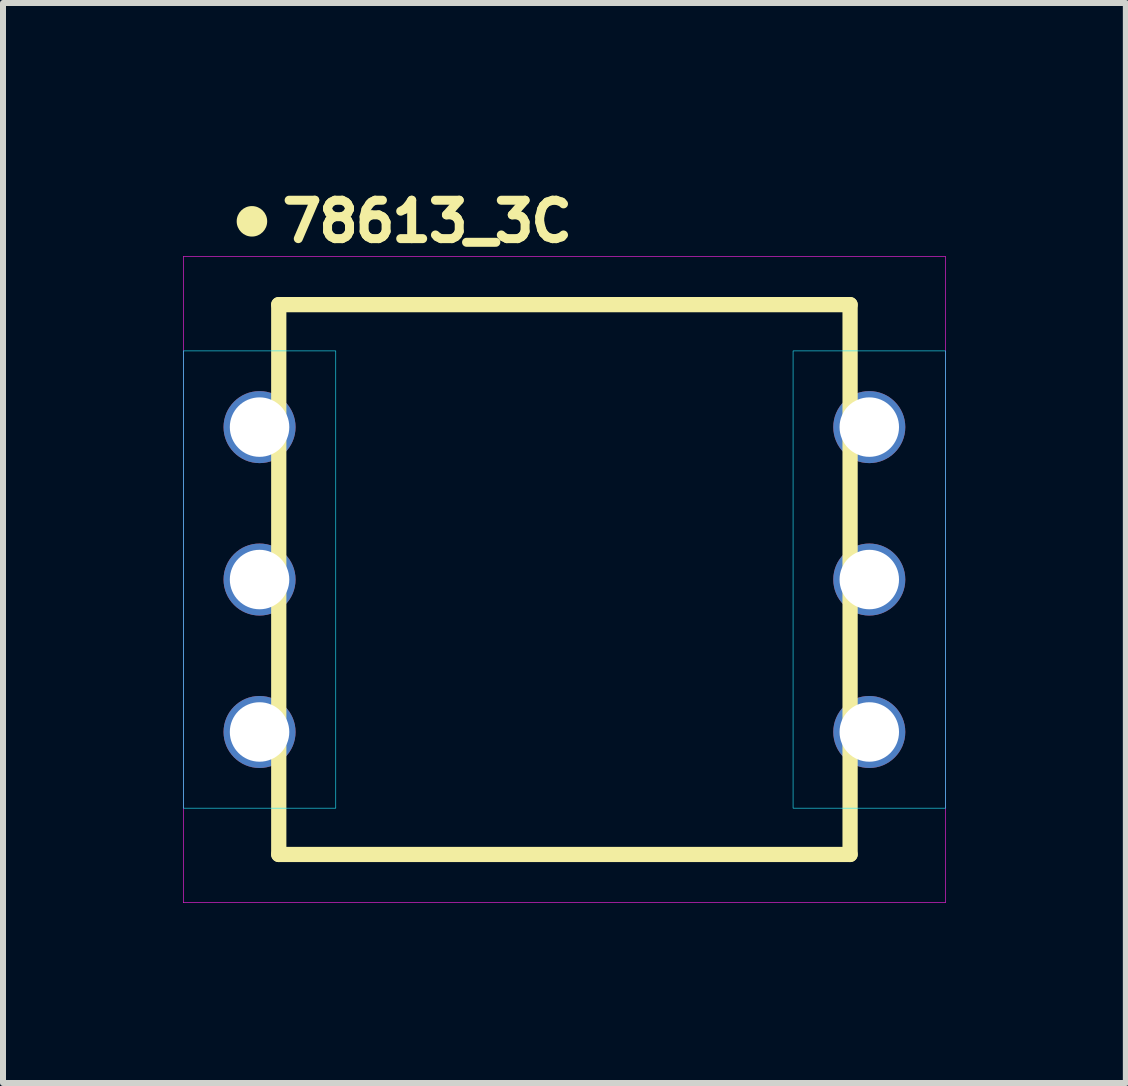
<source format=kicad_pcb>
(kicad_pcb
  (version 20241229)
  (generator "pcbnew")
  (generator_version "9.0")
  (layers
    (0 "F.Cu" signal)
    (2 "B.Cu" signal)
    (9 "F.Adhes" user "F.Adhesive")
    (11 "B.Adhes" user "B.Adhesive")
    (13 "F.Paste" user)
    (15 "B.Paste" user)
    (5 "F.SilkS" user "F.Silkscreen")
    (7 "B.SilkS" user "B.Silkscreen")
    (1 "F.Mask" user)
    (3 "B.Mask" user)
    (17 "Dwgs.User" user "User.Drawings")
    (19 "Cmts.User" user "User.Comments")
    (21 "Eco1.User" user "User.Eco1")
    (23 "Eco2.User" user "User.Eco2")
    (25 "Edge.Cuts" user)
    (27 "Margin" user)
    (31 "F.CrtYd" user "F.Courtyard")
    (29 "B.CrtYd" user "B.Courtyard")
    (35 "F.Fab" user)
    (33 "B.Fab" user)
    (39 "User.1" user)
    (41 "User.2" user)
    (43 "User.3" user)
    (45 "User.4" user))
  (footprint "78613_3C"
    (layer "F.Cu")
    (at 6.355 6.607)
    (property "Reference" "78613_3C" (at -2.286 -5.969 0) (layer "F.SilkS") (effects (font (size 0.64 0.64) (thickness 0.15))))
    (attr through_hole)
    (fp_line (start -4.76 -4.581) (end -4.76 4.581) (stroke (width 0.254) (type solid)) (layer "F.SilkS"))
    (fp_line (start -4.76 4.581) (end 4.76 4.581) (stroke (width 0.254) (type solid)) (layer "F.SilkS"))
    (fp_line (start 4.76 -4.581) (end -4.76 -4.581) (stroke (width 0.254) (type solid)) (layer "F.SilkS"))
    (fp_line (start 4.76 4.581) (end 4.76 -4.581) (stroke (width 0.254) (type solid)) (layer "F.SilkS"))
    (fp_circle (center -5.207 -5.969) (end -4.953 -5.969) (stroke (width 0) (type solid)) (fill yes) (layer "F.SilkS"))
    (fp_poly (pts (xy -6.35 -3.81) (xy -3.81 -3.81) (xy -3.81 3.81) (xy -6.35 3.81)) (stroke (width 0.01) (type solid)) (fill no) (layer "B.CrtYd"))
    (fp_poly (pts (xy 3.81 -3.81) (xy 6.35 -3.81) (xy 6.35 3.81) (xy 3.81 3.81)) (stroke (width 0.01) (type solid)) (fill no) (layer "B.CrtYd"))
    (fp_poly (pts (xy -6.35 -5.385) (xy 6.35 -5.385) (xy 6.35 5.385) (xy -6.35 5.385)) (stroke (width 0.01) (type solid)) (fill no) (layer "F.CrtYd"))
    (pad "1" thru_hole circle (at -5.08 -2.54) (size 1.2 1.2) (drill 0.991) (layers "*.Cu" "*.Mask"))
    (pad "2" thru_hole circle (at -5.08 0) (size 1.2 1.2) (drill 0.991) (layers "*.Cu" "*.Mask"))
    (pad "3" thru_hole circle (at -5.08 2.54) (size 1.2 1.2) (drill 0.991) (layers "*.Cu" "*.Mask"))
    (pad "4" thru_hole circle (at 5.08 2.54) (size 1.2 1.2) (drill 0.991) (layers "*.Cu" "*.Mask"))
    (pad "5" thru_hole circle (at 5.08 0) (size 1.2 1.2) (drill 0.991) (layers "*.Cu" "*.Mask"))
    (pad "6" thru_hole circle (at 5.08 -2.54) (size 1.2 1.2) (drill 0.991) (layers "*.Cu" "*.Mask")))
  (gr_rect
    (start -3 -3)
    (end 15.71 14.996)
    (stroke (width 0.1) (type default))
    (fill no)
    (layer "Edge.Cuts")))
</source>
